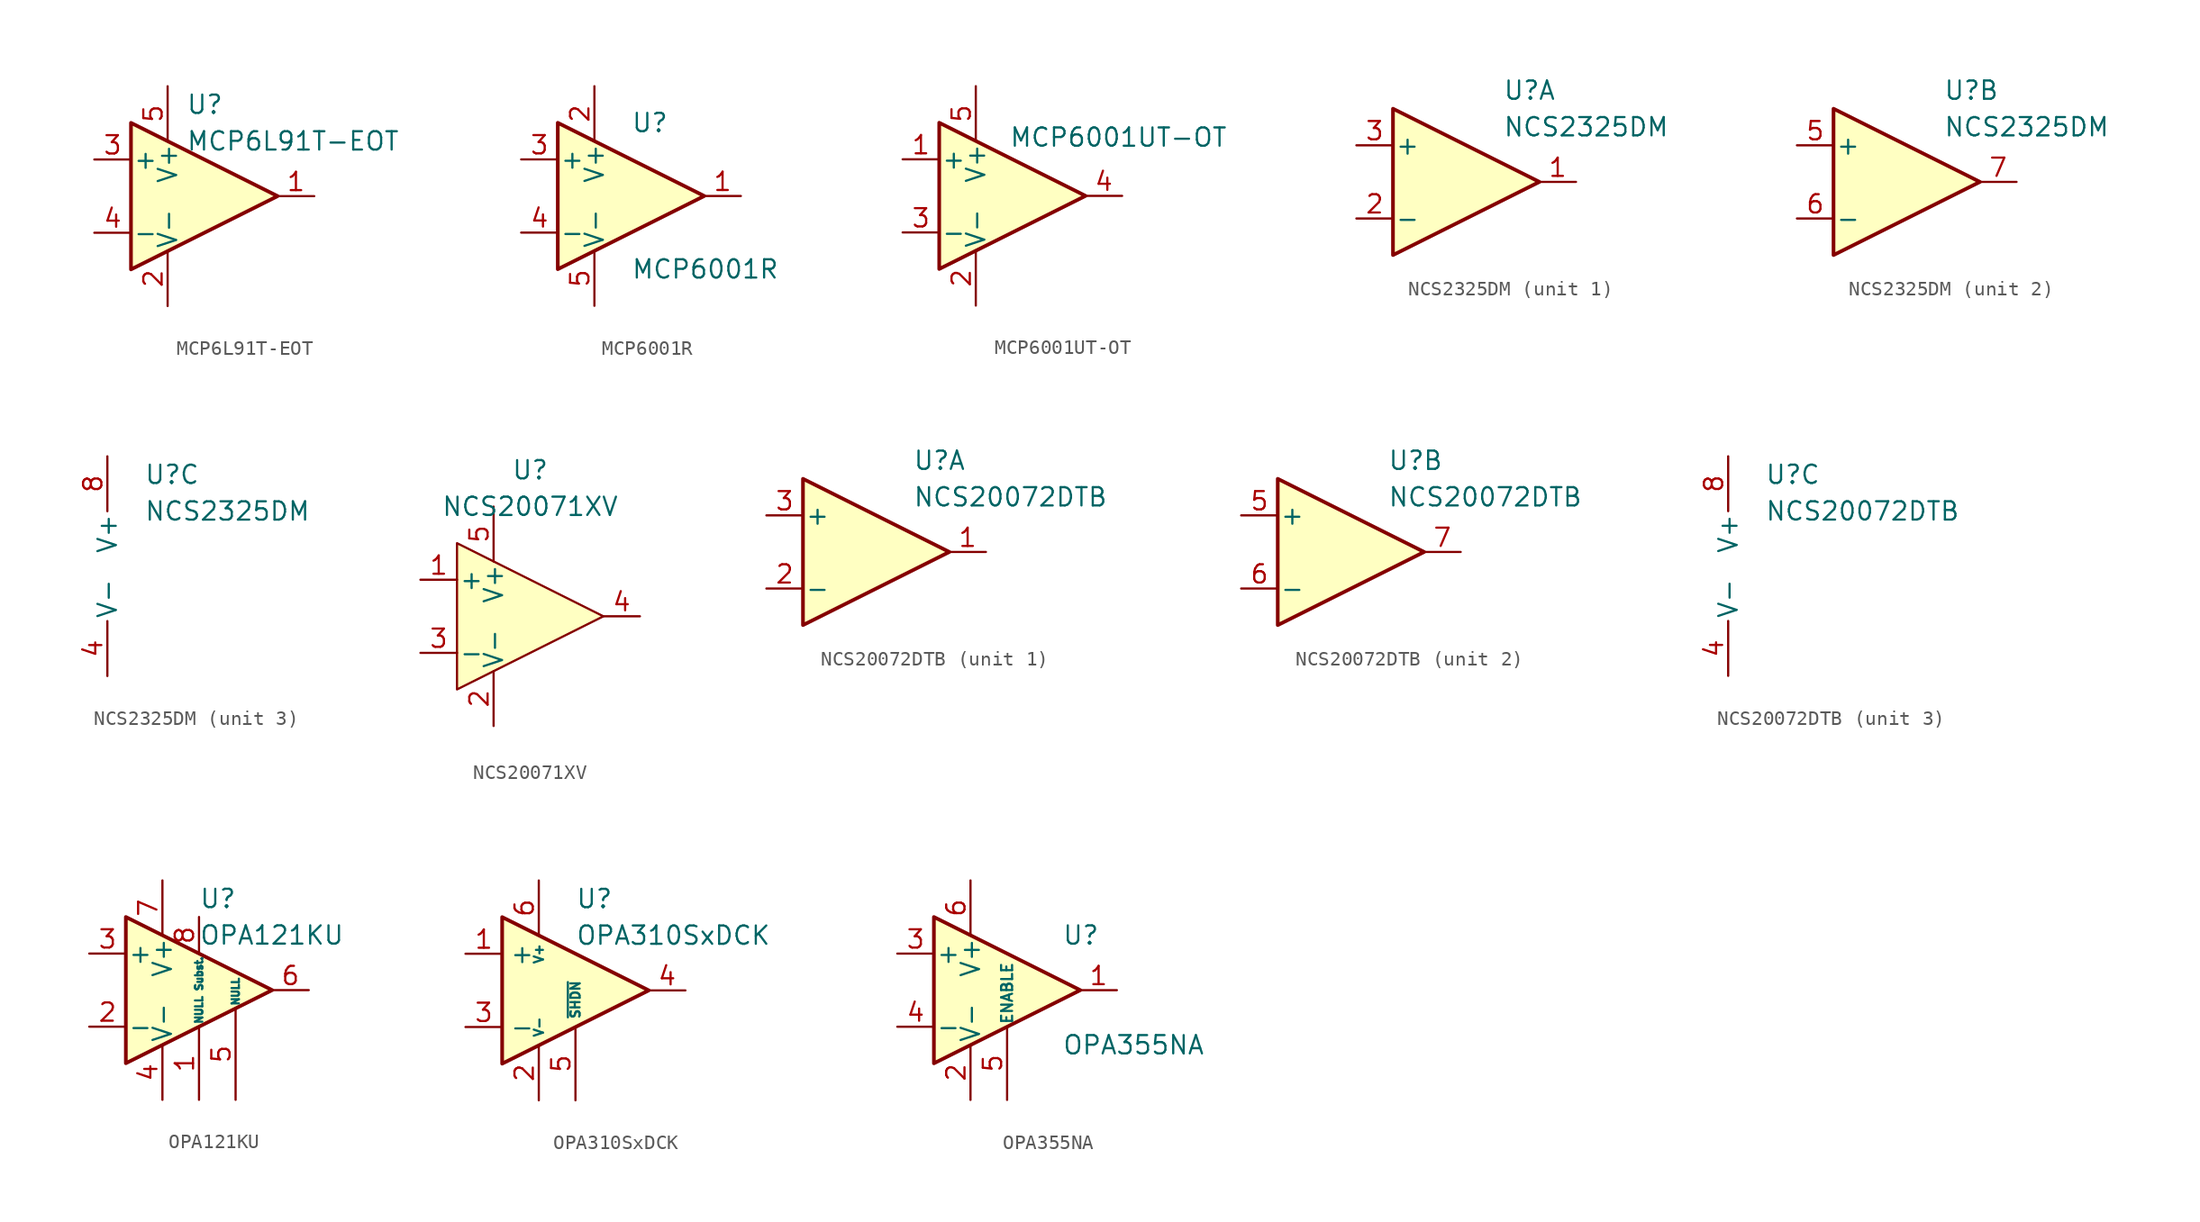
<source format=kicad_sym>
(kicad_symbol_lib
  (version 20231120)
  (generator "kicad_symbol_editor")
  (generator_version "8.0")
  (symbol "MCP6L91T-EOT"
    (pin_names
      (offset 0.127))
    (property "Reference" "U"
      (at -1.27 6.35 0)
      (effects (font (size 1.27 1.27)) (justify left)))
    (property "Value" "MCP6L91T-EOT"
      (at -1.27 3.81 0)
      (effects (font (size 1.27 1.27)) (justify left)))
    (symbol "MCP6L91T-EOT_0_1"
      (polyline (pts (xy -5.08 5.08) (xy 5.08 0) (xy -5.08 -5.08) (xy -5.08 5.08)) (stroke (width 0.254) (type default)) (fill (type background)))
      (pin power_in line (at -2.54 -7.62 90) (length 3.81) (name "V-" (effects (font (size 1.27 1.27)))) (number "2" (effects (font (size 1.27 1.27)))))
      (pin power_in line (at -2.54 7.62 270) (length 3.81) (name "V+" (effects (font (size 1.27 1.27)))) (number "5" (effects (font (size 1.27 1.27))))))
    (symbol "MCP6L91T-EOT_1_1"
      (pin output line (at 7.62 0 180) (length 2.54) (name "~" (effects (font (size 1.27 1.27)))) (number "1" (effects (font (size 1.27 1.27)))))
      (pin input line (at -7.62 2.54 0) (length 2.54) (name "+" (effects (font (size 1.27 1.27)))) (number "3" (effects (font (size 1.27 1.27)))))
      (pin input line (at -7.62 -2.54 0) (length 2.54) (name "-" (effects (font (size 1.27 1.27)))) (number "4" (effects (font (size 1.27 1.27)))))))
  (symbol "MCP6001R"
    (pin_names
      (offset 0.127))
    (property "Reference" "U"
      (at 0 5.08 0)
      (effects (font (size 1.27 1.27)) (justify left)))
    (property "Value" "MCP6001R"
      (at 0 -5.08 0)
      (effects (font (size 1.27 1.27)) (justify left)))
    (symbol "MCP6001R_0_1"
      (polyline (pts (xy -5.08 5.08) (xy 5.08 0) (xy -5.08 -5.08) (xy -5.08 5.08)) (stroke (width 0.254) (type default)) (fill (type background))))
    (symbol "MCP6001R_1_1"
      (pin output line (at 7.62 0 180) (length 2.54) (name "~" (effects (font (size 1.27 1.27)))) (number "1" (effects (font (size 1.27 1.27)))))
      (pin power_in line (at -2.54 7.62 270) (length 3.81) (name "V+" (effects (font (size 1.27 1.27)))) (number "2" (effects (font (size 1.27 1.27)))))
      (pin input line (at -7.62 2.54 0) (length 2.54) (name "+" (effects (font (size 1.27 1.27)))) (number "3" (effects (font (size 1.27 1.27)))))
      (pin input line (at -7.62 -2.54 0) (length 2.54) (name "-" (effects (font (size 1.27 1.27)))) (number "4" (effects (font (size 1.27 1.27)))))
      (pin power_in line (at -2.54 -7.62 90) (length 3.81) (name "V-" (effects (font (size 1.27 1.27)))) (number "5" (effects (font (size 1.27 1.27)))))))
  (symbol "MCP6001UT-OT"
    (pin_names
      (offset 0.127))
    (property "Reference" "U4"
      (at 4.572 5.842 0)
      (effects (font (size 1.27 1.27)) (hide yes)))
    (property "Value" "MCP6001UT-OT"
      (at 7.366 4.064 0)
      (effects (font (size 1.27 1.27))))
    (symbol "MCP6001UT-OT_0_1"
      (polyline (pts (xy -5.08 5.08) (xy 5.08 0) (xy -5.08 -5.08) (xy -5.08 5.08)) (stroke (width 0.254) (type default)) (fill (type background)))
      (pin power_in line (at -2.54 -7.62 90) (length 3.81) (name "V-" (effects (font (size 1.27 1.27)))) (number "2" (effects (font (size 1.27 1.27)))))
      (pin power_in line (at -2.54 7.62 270) (length 3.81) (name "V+" (effects (font (size 1.27 1.27)))) (number "5" (effects (font (size 1.27 1.27))))))
    (symbol "MCP6001UT-OT_1_1"
      (pin input line (at -7.62 2.54 0) (length 2.54) (name "+" (effects (font (size 1.27 1.27)))) (number "1" (effects (font (size 1.27 1.27)))))
      (pin input line (at -7.62 -2.54 0) (length 2.54) (name "-" (effects (font (size 1.27 1.27)))) (number "3" (effects (font (size 1.27 1.27)))))
      (pin output line (at 7.62 0 180) (length 2.54) (name "~" (effects (font (size 1.27 1.27)))) (number "4" (effects (font (size 1.27 1.27)))))))
  (symbol "NCS2325DM"
    (pin_names
      (offset 0.127))
    (property "Reference" "U"
      (at 2.54 6.35 0)
      (effects (font (size 1.27 1.27)) (justify left)))
    (property "Value" "NCS2325DM"
      (at 2.54 3.81 0)
      (effects (font (size 1.27 1.27)) (justify left)))
    (property "ki_locked" ""
      (at 0 0 0)
      (effects (font (size 1.27 1.27))))
    (symbol "NCS2325DM_1_1"
      (polyline (pts (xy 5.08 0) (xy -5.08 5.08) (xy -5.08 -5.08) (xy 5.08 0)) (stroke (width 0.254) (type default)) (fill (type background)))
      (pin output line (at 7.62 0 180) (length 2.54) (name "~" (effects (font (size 1.27 1.27)))) (number "1" (effects (font (size 1.27 1.27)))))
      (pin input line (at -7.62 -2.54 0) (length 2.54) (name "-" (effects (font (size 1.27 1.27)))) (number "2" (effects (font (size 1.27 1.27)))))
      (pin input line (at -7.62 2.54 0) (length 2.54) (name "+" (effects (font (size 1.27 1.27)))) (number "3" (effects (font (size 1.27 1.27))))))
    (symbol "NCS2325DM_2_1"
      (polyline (pts (xy 5.08 0) (xy -5.08 5.08) (xy -5.08 -5.08) (xy 5.08 0)) (stroke (width 0.254) (type default)) (fill (type background)))
      (pin input line (at -7.62 2.54 0) (length 2.54) (name "+" (effects (font (size 1.27 1.27)))) (number "5" (effects (font (size 1.27 1.27)))))
      (pin input line (at -7.62 -2.54 0) (length 2.54) (name "-" (effects (font (size 1.27 1.27)))) (number "6" (effects (font (size 1.27 1.27)))))
      (pin output line (at 7.62 0 180) (length 2.54) (name "~" (effects (font (size 1.27 1.27)))) (number "7" (effects (font (size 1.27 1.27))))))
    (symbol "NCS2325DM_3_1"
      (pin power_in line (at 0 -7.62 90) (length 3.81) (name "V-" (effects (font (size 1.27 1.27)))) (number "4" (effects (font (size 1.27 1.27)))))
      (pin power_in line (at 0 7.62 270) (length 3.81) (name "V+" (effects (font (size 1.27 1.27)))) (number "8" (effects (font (size 1.27 1.27)))))))
  (symbol "NCS20071XV"
    (pin_names
      (offset 0.127))
    (property "Reference" "U"
      (at 0 10.16 0)
      (effects (font (size 1.27 1.27))))
    (property "Value" "NCS20071XV"
      (at 0 7.62 0)
      (effects (font (size 1.27 1.27))))
    (symbol "NCS20071XV_1_1"
      (polyline (pts (xy 5.08 0) (xy -5.08 5.08) (xy -5.08 -5.08) (xy 5.08 0)) (stroke (width 0) (type default)) (fill (type background)))
      (pin input line (at -7.62 2.54 0) (length 2.54) (name "+" (effects (font (size 1.27 1.27)))) (number "1" (effects (font (size 1.27 1.27)))))
      (pin power_in line (at -2.54 -7.62 90) (length 3.81) (name "V-" (effects (font (size 1.27 1.27)))) (number "2" (effects (font (size 1.27 1.27)))))
      (pin input line (at -7.62 -2.54 0) (length 2.54) (name "-" (effects (font (size 1.27 1.27)))) (number "3" (effects (font (size 1.27 1.27)))))
      (pin output line (at 7.62 0 180) (length 2.54) (name "~" (effects (font (size 1.27 1.27)))) (number "4" (effects (font (size 1.27 1.27)))))
      (pin power_in line (at -2.54 7.62 270) (length 3.81) (name "V+" (effects (font (size 1.27 1.27)))) (number "5" (effects (font (size 1.27 1.27)))))))
  (symbol "NCS20072DTB"
    (pin_names
      (offset 0.127))
    (property "Reference" "U"
      (at 2.54 6.35 0)
      (effects (font (size 1.27 1.27)) (justify left)))
    (property "Value" "NCS20072DTB"
      (at 2.54 3.81 0)
      (effects (font (size 1.27 1.27)) (justify left)))
    (property "ki_locked" ""
      (at 0 0 0)
      (effects (font (size 1.27 1.27))))
    (symbol "NCS20072DTB_1_1"
      (polyline (pts (xy 5.08 0) (xy -5.08 5.08) (xy -5.08 -5.08) (xy 5.08 0)) (stroke (width 0.254) (type default)) (fill (type background)))
      (pin output line (at 7.62 0 180) (length 2.54) (name "~" (effects (font (size 1.27 1.27)))) (number "1" (effects (font (size 1.27 1.27)))))
      (pin input line (at -7.62 -2.54 0) (length 2.54) (name "-" (effects (font (size 1.27 1.27)))) (number "2" (effects (font (size 1.27 1.27)))))
      (pin input line (at -7.62 2.54 0) (length 2.54) (name "+" (effects (font (size 1.27 1.27)))) (number "3" (effects (font (size 1.27 1.27))))))
    (symbol "NCS20072DTB_2_1"
      (polyline (pts (xy 5.08 0) (xy -5.08 5.08) (xy -5.08 -5.08) (xy 5.08 0)) (stroke (width 0.254) (type default)) (fill (type background)))
      (pin input line (at -7.62 2.54 0) (length 2.54) (name "+" (effects (font (size 1.27 1.27)))) (number "5" (effects (font (size 1.27 1.27)))))
      (pin input line (at -7.62 -2.54 0) (length 2.54) (name "-" (effects (font (size 1.27 1.27)))) (number "6" (effects (font (size 1.27 1.27)))))
      (pin output line (at 7.62 0 180) (length 2.54) (name "~" (effects (font (size 1.27 1.27)))) (number "7" (effects (font (size 1.27 1.27))))))
    (symbol "NCS20072DTB_3_1"
      (pin power_in line (at 0 -7.62 90) (length 3.81) (name "V-" (effects (font (size 1.27 1.27)))) (number "4" (effects (font (size 1.27 1.27)))))
      (pin power_in line (at 0 7.62 270) (length 3.81) (name "V+" (effects (font (size 1.27 1.27)))) (number "8" (effects (font (size 1.27 1.27)))))))
  (symbol "OPA121KU"
    (pin_names
      (offset 0.127))
    (property "Reference" "U"
      (at 0 6.35 0)
      (effects (font (size 1.27 1.27)) (justify left)))
    (property "Value" "OPA121KU"
      (at 0 3.81 0)
      (effects (font (size 1.27 1.27)) (justify left)))
    (symbol "OPA121KU_0_1"
      (polyline (pts (xy -5.08 5.08) (xy 5.08 0) (xy -5.08 -5.08) (xy -5.08 5.08)) (stroke (width 0.254) (type default)) (fill (type background))))
    (symbol "OPA121KU_1_1"
      (pin input line (at 0 -7.62 90) (length 5.08) (name "NULL" (effects (font (size 0.508 0.508)))) (number "1" (effects (font (size 1.27 1.27)))))
      (pin input line (at -7.62 -2.54 0) (length 2.54) (name "-" (effects (font (size 1.27 1.27)))) (number "2" (effects (font (size 1.27 1.27)))))
      (pin input line (at -7.62 2.54 0) (length 2.54) (name "+" (effects (font (size 1.27 1.27)))) (number "3" (effects (font (size 1.27 1.27)))))
      (pin power_in line (at -2.54 -7.62 90) (length 3.81) (name "V-" (effects (font (size 1.27 1.27)))) (number "4" (effects (font (size 1.27 1.27)))))
      (pin input line (at 2.54 -7.62 90) (length 6.35) (name "NULL" (effects (font (size 0.508 0.508)))) (number "5" (effects (font (size 1.27 1.27)))))
      (pin output line (at 7.62 0 180) (length 2.54) (name "~" (effects (font (size 1.27 1.27)))) (number "6" (effects (font (size 1.27 1.27)))))
      (pin power_in line (at -2.54 7.62 270) (length 3.81) (name "V+" (effects (font (size 1.27 1.27)))) (number "7" (effects (font (size 1.27 1.27)))))
      (pin passive line (at 0 5.08 270) (length 2.54) (name "Subst." (effects (font (size 0.508 0.508)))) (number "8" (effects (font (size 1.27 1.27)))))))
  (symbol "OPA310SxDCK"
    (property "Reference" "U"
      (at 0 6.35 0)
      (effects (font (size 1.27 1.27)) (justify left)))
    (property "Value" "OPA310SxDCK"
      (at 0 3.81 0)
      (effects (font (size 1.27 1.27)) (justify left)))
    (symbol "OPA310SxDCK_0_1"
      (polyline (pts (xy 5.08 0) (xy -5.08 5.08) (xy -5.08 -5.08) (xy 5.08 0)) (stroke (width 0.254) (type default)) (fill (type background))))
    (symbol "OPA310SxDCK_1_1"
      (pin input line (at -7.62 2.54 0) (length 2.54) (name "+" (effects (font (size 1.27 1.27)))) (number "1" (effects (font (size 1.27 1.27)))))
      (pin power_in line (at -2.54 -7.62 90) (length 3.81) (name "V-" (effects (font (size 0.635 0.635)))) (number "2" (effects (font (size 1.27 1.27)))))
      (pin input line (at -7.62 -2.54 0) (length 2.54) (name "-" (effects (font (size 1.27 1.27)))) (number "3" (effects (font (size 1.27 1.27)))))
      (pin output line (at 7.62 0 180) (length 2.54) (name "~" (effects (font (size 1.27 1.27)))) (number "4" (effects (font (size 1.27 1.27)))))
      (pin input line (at 0 -7.62 90) (length 5.08) (name "~{SHDN}" (effects (font (size 0.635 0.635)))) (number "5" (effects (font (size 1.27 1.27)))))
      (pin power_in line (at -2.54 7.62 270) (length 3.81) (name "V+" (effects (font (size 0.635 0.635)))) (number "6" (effects (font (size 1.27 1.27)))))))
  (symbol "OPA355NA"
    (pin_names
      (offset 0.127))
    (property "Reference" "U"
      (at 3.81 3.81 0)
      (effects (font (size 1.27 1.27)) (justify left)))
    (property "Value" "OPA355NA"
      (at 3.81 -3.81 0)
      (effects (font (size 1.27 1.27)) (justify left)))
    (symbol "OPA355NA_0_1"
      (polyline (pts (xy -5.08 5.08) (xy 5.08 0) (xy -5.08 -5.08) (xy -5.08 5.08)) (stroke (width 0.254) (type default)) (fill (type background))))
    (symbol "OPA355NA_1_1"
      (pin output line (at 7.62 0 180) (length 2.54) (name "~" (effects (font (size 1.27 1.27)))) (number "1" (effects (font (size 1.27 1.27)))))
      (pin power_in line (at -2.54 -7.62 90) (length 3.81) (name "V-" (effects (font (size 1.27 1.27)))) (number "2" (effects (font (size 1.27 1.27)))))
      (pin input line (at -7.62 2.54 0) (length 2.54) (name "+" (effects (font (size 1.27 1.27)))) (number "3" (effects (font (size 1.27 1.27)))))
      (pin input line (at -7.62 -2.54 0) (length 2.54) (name "-" (effects (font (size 1.27 1.27)))) (number "4" (effects (font (size 1.27 1.27)))))
      (pin input line (at 0 -7.62 90) (length 5.08) (name "ENABLE" (effects (font (size 0.762 0.762)))) (number "5" (effects (font (size 1.27 1.27)))))
      (pin power_in line (at -2.54 7.62 270) (length 3.81) (name "V+" (effects (font (size 1.27 1.27)))) (number "6" (effects (font (size 1.27 1.27))))))))
</source>
